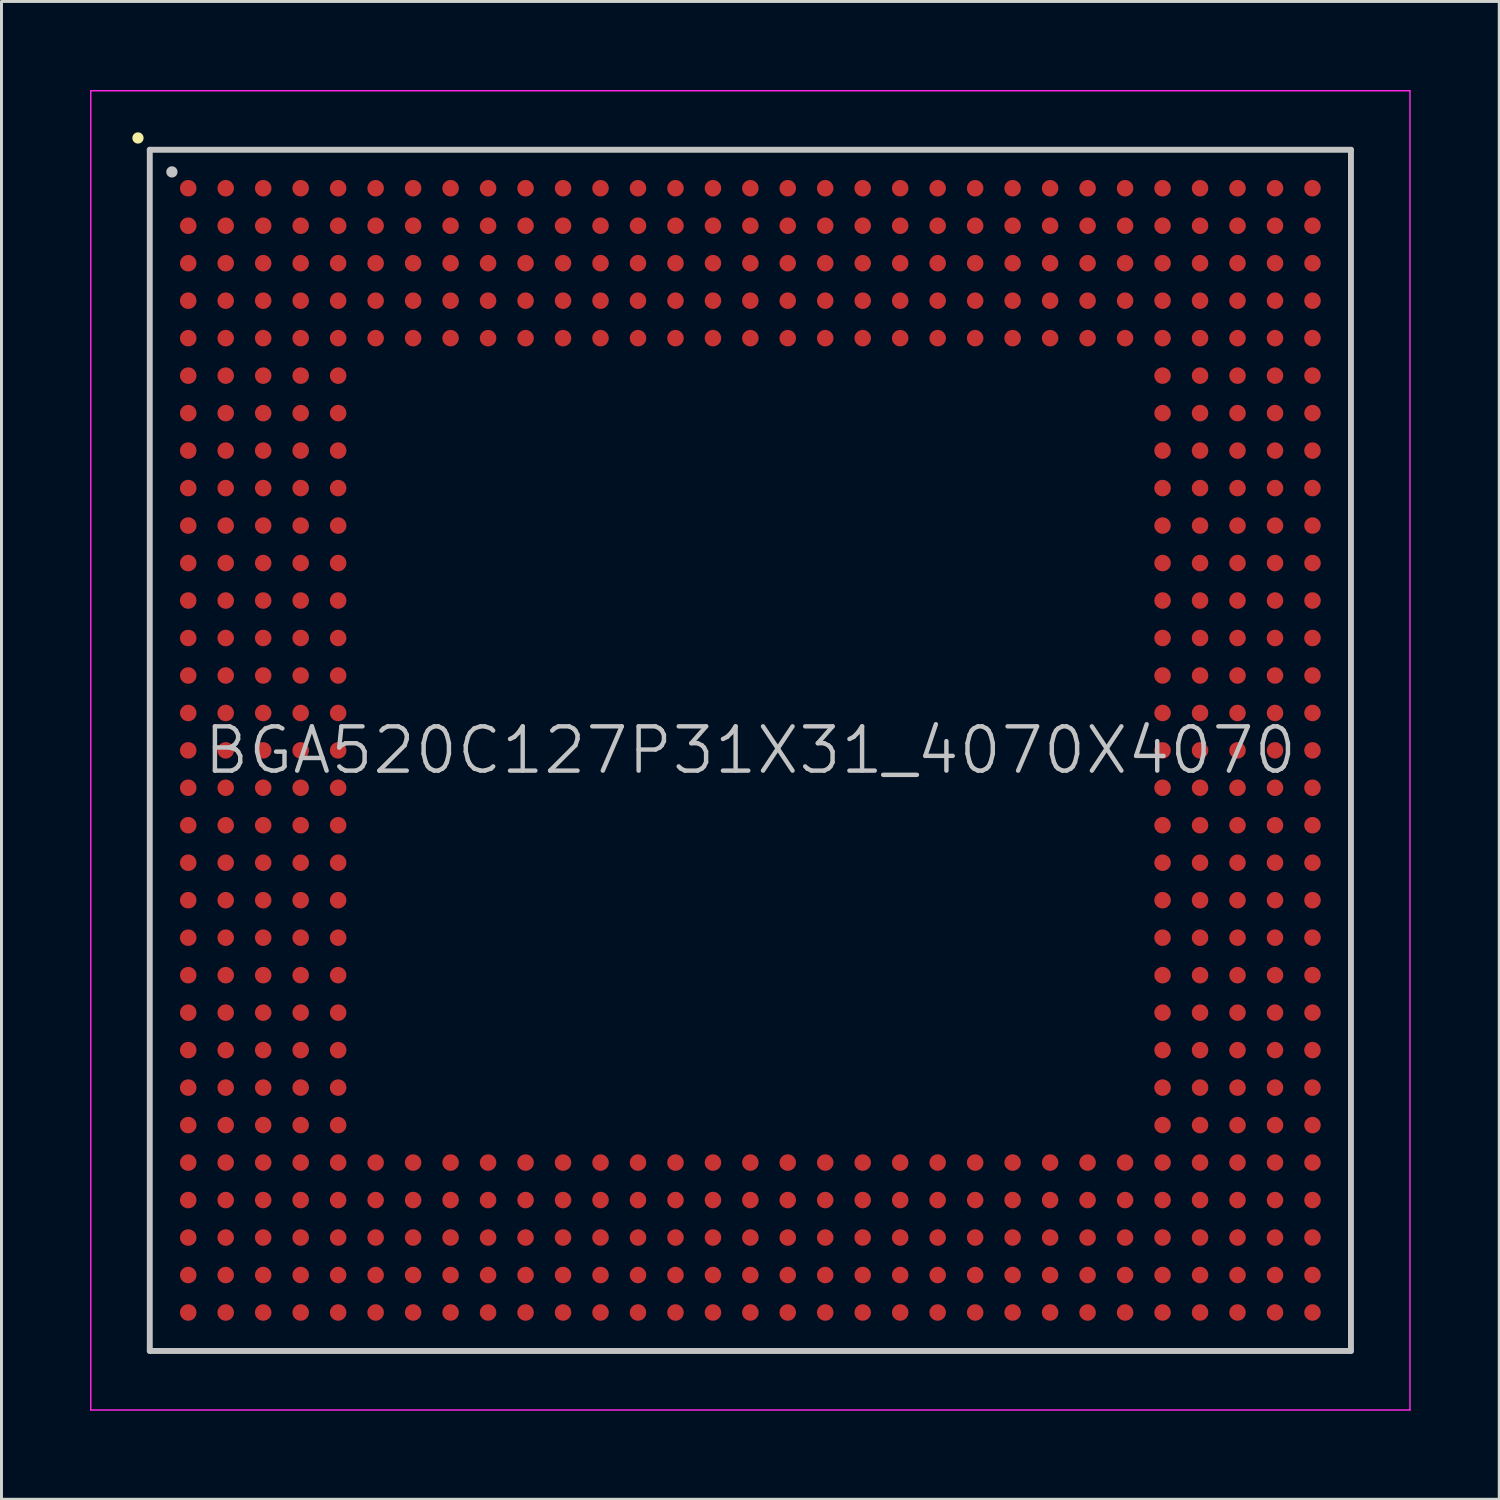
<source format=kicad_pcb>
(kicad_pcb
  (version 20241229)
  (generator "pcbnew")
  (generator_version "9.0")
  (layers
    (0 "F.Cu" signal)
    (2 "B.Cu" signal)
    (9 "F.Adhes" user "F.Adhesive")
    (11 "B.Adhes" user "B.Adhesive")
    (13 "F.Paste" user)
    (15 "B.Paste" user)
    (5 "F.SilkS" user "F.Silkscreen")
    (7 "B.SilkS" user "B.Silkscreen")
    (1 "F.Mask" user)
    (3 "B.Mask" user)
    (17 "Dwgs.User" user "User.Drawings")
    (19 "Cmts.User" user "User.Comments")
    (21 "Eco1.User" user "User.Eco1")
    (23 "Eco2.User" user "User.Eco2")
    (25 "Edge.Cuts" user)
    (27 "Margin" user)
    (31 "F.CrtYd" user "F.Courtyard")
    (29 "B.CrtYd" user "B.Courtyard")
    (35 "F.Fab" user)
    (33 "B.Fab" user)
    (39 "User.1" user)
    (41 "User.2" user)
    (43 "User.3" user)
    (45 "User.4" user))
  (footprint "BGA520C127P31X31_4070X4070"
    (layer "F.Cu")
    (at 22.375 22.375)
    (property "Reference" "BGA520C127P31X31_4070X4070" (at 0 0 0) (layer "Dwgs.User") (effects (font (size 1.5 1.5) (thickness 0.15))))
    (attr smd)
    (fp_line (start -20.75 -20.75) (end -20.75 -20.75) (stroke (width 0.381) (type solid)) (layer "F.SilkS"))
    (fp_line (start -20.35 -20.35) (end -20.35 20.35) (stroke (width 0.2) (type solid)) (layer "Dwgs.User"))
    (fp_line (start -20.35 -20.35) (end 20.35 -20.35) (stroke (width 0.2) (type solid)) (layer "Dwgs.User"))
    (fp_line (start -20.35 20.35) (end 20.35 20.35) (stroke (width 0.2) (type solid)) (layer "Dwgs.User"))
    (fp_line (start -19.6 -19.6) (end -19.6 -19.6) (stroke (width 0.381) (type solid)) (layer "Dwgs.User"))
    (fp_line (start 20.35 -20.35) (end 20.35 20.35) (stroke (width 0.2) (type solid)) (layer "Dwgs.User"))
    (fp_line (start -22.35 -22.35) (end -22.35 22.35) (stroke (width 0.05) (type solid)) (layer "F.CrtYd"))
    (fp_line (start -22.35 -22.35) (end 22.35 -22.35) (stroke (width 0.05) (type solid)) (layer "F.CrtYd"))
    (fp_line (start -22.35 22.35) (end 22.35 22.35) (stroke (width 0.05) (type solid)) (layer "F.CrtYd"))
    (fp_line (start 22.35 -22.35) (end 22.35 22.35) (stroke (width 0.05) (type solid)) (layer "F.CrtYd"))
    (pad "A1" smd circle (at -19.047 -19.047 270) (size 0.56 0.56) (layers "F.Cu" "F.Mask" "F.Paste"))
    (pad "A2" smd circle (at -17.777 -19.047 270) (size 0.56 0.56) (layers "F.Cu" "F.Mask" "F.Paste"))
    (pad "A3" smd circle (at -16.507 -19.047 270) (size 0.56 0.56) (layers "F.Cu" "F.Mask" "F.Paste"))
    (pad "A4" smd circle (at -15.237 -19.047 270) (size 0.56 0.56) (layers "F.Cu" "F.Mask" "F.Paste"))
    (pad "A5" smd circle (at -13.967 -19.047 270) (size 0.56 0.56) (layers "F.Cu" "F.Mask" "F.Paste"))
    (pad "A6" smd circle (at -12.697 -19.047 270) (size 0.56 0.56) (layers "F.Cu" "F.Mask" "F.Paste"))
    (pad "A7" smd circle (at -11.427 -19.047 270) (size 0.56 0.56) (layers "F.Cu" "F.Mask" "F.Paste"))
    (pad "A8" smd circle (at -10.157 -19.047 270) (size 0.56 0.56) (layers "F.Cu" "F.Mask" "F.Paste"))
    (pad "A9" smd circle (at -8.887 -19.047 270) (size 0.56 0.56) (layers "F.Cu" "F.Mask" "F.Paste"))
    (pad "A10" smd circle (at -7.617 -19.047 270) (size 0.56 0.56) (layers "F.Cu" "F.Mask" "F.Paste"))
    (pad "A11" smd circle (at -6.347 -19.047 270) (size 0.56 0.56) (layers "F.Cu" "F.Mask" "F.Paste"))
    (pad "A12" smd circle (at -5.077 -19.047 270) (size 0.56 0.56) (layers "F.Cu" "F.Mask" "F.Paste"))
    (pad "A13" smd circle (at -3.807 -19.047 270) (size 0.56 0.56) (layers "F.Cu" "F.Mask" "F.Paste"))
    (pad "A14" smd circle (at -2.537 -19.047 270) (size 0.56 0.56) (layers "F.Cu" "F.Mask" "F.Paste"))
    (pad "A15" smd circle (at -1.267 -19.047 270) (size 0.56 0.56) (layers "F.Cu" "F.Mask" "F.Paste"))
    (pad "A16" smd circle (at 0 -19.047 270) (size 0.56 0.56) (layers "F.Cu" "F.Mask" "F.Paste"))
    (pad "A17" smd circle (at 1.267 -19.047 270) (size 0.56 0.56) (layers "F.Cu" "F.Mask" "F.Paste"))
    (pad "A18" smd circle (at 2.537 -19.047 270) (size 0.56 0.56) (layers "F.Cu" "F.Mask" "F.Paste"))
    (pad "A19" smd circle (at 3.807 -19.047 270) (size 0.56 0.56) (layers "F.Cu" "F.Mask" "F.Paste"))
    (pad "A20" smd circle (at 5.077 -19.047 270) (size 0.56 0.56) (layers "F.Cu" "F.Mask" "F.Paste"))
    (pad "A21" smd circle (at 6.347 -19.047 270) (size 0.56 0.56) (layers "F.Cu" "F.Mask" "F.Paste"))
    (pad "A22" smd circle (at 7.617 -19.047 270) (size 0.56 0.56) (layers "F.Cu" "F.Mask" "F.Paste"))
    (pad "A23" smd circle (at 8.887 -19.047 270) (size 0.56 0.56) (layers "F.Cu" "F.Mask" "F.Paste"))
    (pad "A24" smd circle (at 10.157 -19.047 270) (size 0.56 0.56) (layers "F.Cu" "F.Mask" "F.Paste"))
    (pad "A25" smd circle (at 11.427 -19.047 270) (size 0.56 0.56) (layers "F.Cu" "F.Mask" "F.Paste"))
    (pad "A26" smd circle (at 12.697 -19.047 270) (size 0.56 0.56) (layers "F.Cu" "F.Mask" "F.Paste"))
    (pad "A27" smd circle (at 13.967 -19.047 270) (size 0.56 0.56) (layers "F.Cu" "F.Mask" "F.Paste"))
    (pad "A28" smd circle (at 15.237 -19.047 270) (size 0.56 0.56) (layers "F.Cu" "F.Mask" "F.Paste"))
    (pad "A29" smd circle (at 16.507 -19.047 270) (size 0.56 0.56) (layers "F.Cu" "F.Mask" "F.Paste"))
    (pad "A30" smd circle (at 17.777 -19.047 270) (size 0.56 0.56) (layers "F.Cu" "F.Mask" "F.Paste"))
    (pad "A31" smd circle (at 19.047 -19.047 270) (size 0.56 0.56) (layers "F.Cu" "F.Mask" "F.Paste"))
    (pad "AA1" smd circle (at -19.047 6.347 270) (size 0.56 0.56) (layers "F.Cu" "F.Mask" "F.Paste"))
    (pad "AA2" smd circle (at -17.777 6.347 270) (size 0.56 0.56) (layers "F.Cu" "F.Mask" "F.Paste"))
    (pad "AA3" smd circle (at -16.507 6.347 270) (size 0.56 0.56) (layers "F.Cu" "F.Mask" "F.Paste"))
    (pad "AA4" smd circle (at -15.237 6.347 270) (size 0.56 0.56) (layers "F.Cu" "F.Mask" "F.Paste"))
    (pad "AA5" smd circle (at -13.967 6.347 270) (size 0.56 0.56) (layers "F.Cu" "F.Mask" "F.Paste"))
    (pad "AA27" smd circle (at 13.967 6.347 270) (size 0.56 0.56) (layers "F.Cu" "F.Mask" "F.Paste"))
    (pad "AA28" smd circle (at 15.237 6.347 270) (size 0.56 0.56) (layers "F.Cu" "F.Mask" "F.Paste"))
    (pad "AA29" smd circle (at 16.507 6.347 270) (size 0.56 0.56) (layers "F.Cu" "F.Mask" "F.Paste"))
    (pad "AA30" smd circle (at 17.777 6.347 270) (size 0.56 0.56) (layers "F.Cu" "F.Mask" "F.Paste"))
    (pad "AA31" smd circle (at 19.047 6.347 270) (size 0.56 0.56) (layers "F.Cu" "F.Mask" "F.Paste"))
    (pad "AB1" smd circle (at -19.047 7.617 270) (size 0.56 0.56) (layers "F.Cu" "F.Mask" "F.Paste"))
    (pad "AB2" smd circle (at -17.777 7.617 270) (size 0.56 0.56) (layers "F.Cu" "F.Mask" "F.Paste"))
    (pad "AB3" smd circle (at -16.507 7.617 270) (size 0.56 0.56) (layers "F.Cu" "F.Mask" "F.Paste"))
    (pad "AB4" smd circle (at -15.237 7.617 270) (size 0.56 0.56) (layers "F.Cu" "F.Mask" "F.Paste"))
    (pad "AB5" smd circle (at -13.967 7.617 270) (size 0.56 0.56) (layers "F.Cu" "F.Mask" "F.Paste"))
    (pad "AB27" smd circle (at 13.967 7.617 270) (size 0.56 0.56) (layers "F.Cu" "F.Mask" "F.Paste"))
    (pad "AB28" smd circle (at 15.237 7.617 270) (size 0.56 0.56) (layers "F.Cu" "F.Mask" "F.Paste"))
    (pad "AB29" smd circle (at 16.507 7.617 270) (size 0.56 0.56) (layers "F.Cu" "F.Mask" "F.Paste"))
    (pad "AB30" smd circle (at 17.777 7.617 270) (size 0.56 0.56) (layers "F.Cu" "F.Mask" "F.Paste"))
    (pad "AB31" smd circle (at 19.047 7.617 270) (size 0.56 0.56) (layers "F.Cu" "F.Mask" "F.Paste"))
    (pad "AC1" smd circle (at -19.047 8.887 270) (size 0.56 0.56) (layers "F.Cu" "F.Mask" "F.Paste"))
    (pad "AC2" smd circle (at -17.777 8.887 270) (size 0.56 0.56) (layers "F.Cu" "F.Mask" "F.Paste"))
    (pad "AC3" smd circle (at -16.507 8.887 270) (size 0.56 0.56) (layers "F.Cu" "F.Mask" "F.Paste"))
    (pad "AC4" smd circle (at -15.237 8.887 270) (size 0.56 0.56) (layers "F.Cu" "F.Mask" "F.Paste"))
    (pad "AC5" smd circle (at -13.967 8.887 270) (size 0.56 0.56) (layers "F.Cu" "F.Mask" "F.Paste"))
    (pad "AC27" smd circle (at 13.967 8.887 270) (size 0.56 0.56) (layers "F.Cu" "F.Mask" "F.Paste"))
    (pad "AC28" smd circle (at 15.237 8.887 270) (size 0.56 0.56) (layers "F.Cu" "F.Mask" "F.Paste"))
    (pad "AC29" smd circle (at 16.507 8.887 270) (size 0.56 0.56) (layers "F.Cu" "F.Mask" "F.Paste"))
    (pad "AC30" smd circle (at 17.777 8.887 270) (size 0.56 0.56) (layers "F.Cu" "F.Mask" "F.Paste"))
    (pad "AC31" smd circle (at 19.047 8.887 270) (size 0.56 0.56) (layers "F.Cu" "F.Mask" "F.Paste"))
    (pad "AD1" smd circle (at -19.047 10.157 270) (size 0.56 0.56) (layers "F.Cu" "F.Mask" "F.Paste"))
    (pad "AD2" smd circle (at -17.777 10.157 270) (size 0.56 0.56) (layers "F.Cu" "F.Mask" "F.Paste"))
    (pad "AD3" smd circle (at -16.507 10.157 270) (size 0.56 0.56) (layers "F.Cu" "F.Mask" "F.Paste"))
    (pad "AD4" smd circle (at -15.237 10.157 270) (size 0.56 0.56) (layers "F.Cu" "F.Mask" "F.Paste"))
    (pad "AD5" smd circle (at -13.967 10.157 270) (size 0.56 0.56) (layers "F.Cu" "F.Mask" "F.Paste"))
    (pad "AD27" smd circle (at 13.967 10.157 270) (size 0.56 0.56) (layers "F.Cu" "F.Mask" "F.Paste"))
    (pad "AD28" smd circle (at 15.237 10.157 270) (size 0.56 0.56) (layers "F.Cu" "F.Mask" "F.Paste"))
    (pad "AD29" smd circle (at 16.507 10.157 270) (size 0.56 0.56) (layers "F.Cu" "F.Mask" "F.Paste"))
    (pad "AD30" smd circle (at 17.777 10.157 270) (size 0.56 0.56) (layers "F.Cu" "F.Mask" "F.Paste"))
    (pad "AD31" smd circle (at 19.047 10.157 270) (size 0.56 0.56) (layers "F.Cu" "F.Mask" "F.Paste"))
    (pad "AE1" smd circle (at -19.047 11.427 270) (size 0.56 0.56) (layers "F.Cu" "F.Mask" "F.Paste"))
    (pad "AE2" smd circle (at -17.777 11.427 270) (size 0.56 0.56) (layers "F.Cu" "F.Mask" "F.Paste"))
    (pad "AE3" smd circle (at -16.507 11.427 270) (size 0.56 0.56) (layers "F.Cu" "F.Mask" "F.Paste"))
    (pad "AE4" smd circle (at -15.237 11.427 270) (size 0.56 0.56) (layers "F.Cu" "F.Mask" "F.Paste"))
    (pad "AE5" smd circle (at -13.967 11.427 270) (size 0.56 0.56) (layers "F.Cu" "F.Mask" "F.Paste"))
    (pad "AE27" smd circle (at 13.967 11.427 270) (size 0.56 0.56) (layers "F.Cu" "F.Mask" "F.Paste"))
    (pad "AE28" smd circle (at 15.237 11.427 270) (size 0.56 0.56) (layers "F.Cu" "F.Mask" "F.Paste"))
    (pad "AE29" smd circle (at 16.507 11.427 270) (size 0.56 0.56) (layers "F.Cu" "F.Mask" "F.Paste"))
    (pad "AE30" smd circle (at 17.777 11.427 270) (size 0.56 0.56) (layers "F.Cu" "F.Mask" "F.Paste"))
    (pad "AE31" smd circle (at 19.047 11.427 270) (size 0.56 0.56) (layers "F.Cu" "F.Mask" "F.Paste"))
    (pad "AF1" smd circle (at -19.047 12.697 270) (size 0.56 0.56) (layers "F.Cu" "F.Mask" "F.Paste"))
    (pad "AF2" smd circle (at -17.777 12.697 270) (size 0.56 0.56) (layers "F.Cu" "F.Mask" "F.Paste"))
    (pad "AF3" smd circle (at -16.507 12.697 270) (size 0.56 0.56) (layers "F.Cu" "F.Mask" "F.Paste"))
    (pad "AF4" smd circle (at -15.237 12.697 270) (size 0.56 0.56) (layers "F.Cu" "F.Mask" "F.Paste"))
    (pad "AF5" smd circle (at -13.967 12.697 270) (size 0.56 0.56) (layers "F.Cu" "F.Mask" "F.Paste"))
    (pad "AF27" smd circle (at 13.967 12.697 270) (size 0.56 0.56) (layers "F.Cu" "F.Mask" "F.Paste"))
    (pad "AF28" smd circle (at 15.237 12.697 270) (size 0.56 0.56) (layers "F.Cu" "F.Mask" "F.Paste"))
    (pad "AF29" smd circle (at 16.507 12.697 270) (size 0.56 0.56) (layers "F.Cu" "F.Mask" "F.Paste"))
    (pad "AF30" smd circle (at 17.777 12.697 270) (size 0.56 0.56) (layers "F.Cu" "F.Mask" "F.Paste"))
    (pad "AF31" smd circle (at 19.047 12.697 270) (size 0.56 0.56) (layers "F.Cu" "F.Mask" "F.Paste"))
    (pad "AG1" smd circle (at -19.047 13.967 270) (size 0.56 0.56) (layers "F.Cu" "F.Mask" "F.Paste"))
    (pad "AG2" smd circle (at -17.777 13.967 270) (size 0.56 0.56) (layers "F.Cu" "F.Mask" "F.Paste"))
    (pad "AG3" smd circle (at -16.507 13.967 270) (size 0.56 0.56) (layers "F.Cu" "F.Mask" "F.Paste"))
    (pad "AG4" smd circle (at -15.237 13.967 270) (size 0.56 0.56) (layers "F.Cu" "F.Mask" "F.Paste"))
    (pad "AG5" smd circle (at -13.967 13.967 270) (size 0.56 0.56) (layers "F.Cu" "F.Mask" "F.Paste"))
    (pad "AG6" smd circle (at -12.697 13.967 270) (size 0.56 0.56) (layers "F.Cu" "F.Mask" "F.Paste"))
    (pad "AG7" smd circle (at -11.427 13.967 270) (size 0.56 0.56) (layers "F.Cu" "F.Mask" "F.Paste"))
    (pad "AG8" smd circle (at -10.157 13.967 270) (size 0.56 0.56) (layers "F.Cu" "F.Mask" "F.Paste"))
    (pad "AG9" smd circle (at -8.887 13.967 270) (size 0.56 0.56) (layers "F.Cu" "F.Mask" "F.Paste"))
    (pad "AG10" smd circle (at -7.617 13.967 270) (size 0.56 0.56) (layers "F.Cu" "F.Mask" "F.Paste"))
    (pad "AG11" smd circle (at -6.347 13.967 270) (size 0.56 0.56) (layers "F.Cu" "F.Mask" "F.Paste"))
    (pad "AG12" smd circle (at -5.077 13.967 270) (size 0.56 0.56) (layers "F.Cu" "F.Mask" "F.Paste"))
    (pad "AG13" smd circle (at -3.807 13.967 270) (size 0.56 0.56) (layers "F.Cu" "F.Mask" "F.Paste"))
    (pad "AG14" smd circle (at -2.537 13.967 270) (size 0.56 0.56) (layers "F.Cu" "F.Mask" "F.Paste"))
    (pad "AG15" smd circle (at -1.267 13.967 270) (size 0.56 0.56) (layers "F.Cu" "F.Mask" "F.Paste"))
    (pad "AG16" smd circle (at 0 13.967 270) (size 0.56 0.56) (layers "F.Cu" "F.Mask" "F.Paste"))
    (pad "AG17" smd circle (at 1.267 13.967 270) (size 0.56 0.56) (layers "F.Cu" "F.Mask" "F.Paste"))
    (pad "AG18" smd circle (at 2.537 13.967 270) (size 0.56 0.56) (layers "F.Cu" "F.Mask" "F.Paste"))
    (pad "AG19" smd circle (at 3.807 13.967 270) (size 0.56 0.56) (layers "F.Cu" "F.Mask" "F.Paste"))
    (pad "AG20" smd circle (at 5.077 13.967 270) (size 0.56 0.56) (layers "F.Cu" "F.Mask" "F.Paste"))
    (pad "AG21" smd circle (at 6.347 13.967 270) (size 0.56 0.56) (layers "F.Cu" "F.Mask" "F.Paste"))
    (pad "AG22" smd circle (at 7.617 13.967 270) (size 0.56 0.56) (layers "F.Cu" "F.Mask" "F.Paste"))
    (pad "AG23" smd circle (at 8.887 13.967 270) (size 0.56 0.56) (layers "F.Cu" "F.Mask" "F.Paste"))
    (pad "AG24" smd circle (at 10.157 13.967 270) (size 0.56 0.56) (layers "F.Cu" "F.Mask" "F.Paste"))
    (pad "AG25" smd circle (at 11.427 13.967 270) (size 0.56 0.56) (layers "F.Cu" "F.Mask" "F.Paste"))
    (pad "AG26" smd circle (at 12.697 13.967 270) (size 0.56 0.56) (layers "F.Cu" "F.Mask" "F.Paste"))
    (pad "AG27" smd circle (at 13.967 13.967 270) (size 0.56 0.56) (layers "F.Cu" "F.Mask" "F.Paste"))
    (pad "AG28" smd circle (at 15.237 13.967 270) (size 0.56 0.56) (layers "F.Cu" "F.Mask" "F.Paste"))
    (pad "AG29" smd circle (at 16.507 13.967 270) (size 0.56 0.56) (layers "F.Cu" "F.Mask" "F.Paste"))
    (pad "AG30" smd circle (at 17.777 13.967 270) (size 0.56 0.56) (layers "F.Cu" "F.Mask" "F.Paste"))
    (pad "AG31" smd circle (at 19.047 13.967 270) (size 0.56 0.56) (layers "F.Cu" "F.Mask" "F.Paste"))
    (pad "AH1" smd circle (at -19.047 15.237 270) (size 0.56 0.56) (layers "F.Cu" "F.Mask" "F.Paste"))
    (pad "AH2" smd circle (at -17.777 15.237 270) (size 0.56 0.56) (layers "F.Cu" "F.Mask" "F.Paste"))
    (pad "AH3" smd circle (at -16.507 15.237 270) (size 0.56 0.56) (layers "F.Cu" "F.Mask" "F.Paste"))
    (pad "AH4" smd circle (at -15.237 15.237 270) (size 0.56 0.56) (layers "F.Cu" "F.Mask" "F.Paste"))
    (pad "AH5" smd circle (at -13.967 15.237 270) (size 0.56 0.56) (layers "F.Cu" "F.Mask" "F.Paste"))
    (pad "AH6" smd circle (at -12.697 15.237 270) (size 0.56 0.56) (layers "F.Cu" "F.Mask" "F.Paste"))
    (pad "AH7" smd circle (at -11.427 15.237 270) (size 0.56 0.56) (layers "F.Cu" "F.Mask" "F.Paste"))
    (pad "AH8" smd circle (at -10.157 15.237 270) (size 0.56 0.56) (layers "F.Cu" "F.Mask" "F.Paste"))
    (pad "AH9" smd circle (at -8.887 15.237 270) (size 0.56 0.56) (layers "F.Cu" "F.Mask" "F.Paste"))
    (pad "AH10" smd circle (at -7.617 15.237 270) (size 0.56 0.56) (layers "F.Cu" "F.Mask" "F.Paste"))
    (pad "AH11" smd circle (at -6.347 15.237 270) (size 0.56 0.56) (layers "F.Cu" "F.Mask" "F.Paste"))
    (pad "AH12" smd circle (at -5.077 15.237 270) (size 0.56 0.56) (layers "F.Cu" "F.Mask" "F.Paste"))
    (pad "AH13" smd circle (at -3.807 15.237 270) (size 0.56 0.56) (layers "F.Cu" "F.Mask" "F.Paste"))
    (pad "AH14" smd circle (at -2.537 15.237 270) (size 0.56 0.56) (layers "F.Cu" "F.Mask" "F.Paste"))
    (pad "AH15" smd circle (at -1.267 15.237 270) (size 0.56 0.56) (layers "F.Cu" "F.Mask" "F.Paste"))
    (pad "AH16" smd circle (at 0 15.237 270) (size 0.56 0.56) (layers "F.Cu" "F.Mask" "F.Paste"))
    (pad "AH17" smd circle (at 1.267 15.237 270) (size 0.56 0.56) (layers "F.Cu" "F.Mask" "F.Paste"))
    (pad "AH18" smd circle (at 2.537 15.237 270) (size 0.56 0.56) (layers "F.Cu" "F.Mask" "F.Paste"))
    (pad "AH19" smd circle (at 3.807 15.237 270) (size 0.56 0.56) (layers "F.Cu" "F.Mask" "F.Paste"))
    (pad "AH20" smd circle (at 5.077 15.237 270) (size 0.56 0.56) (layers "F.Cu" "F.Mask" "F.Paste"))
    (pad "AH21" smd circle (at 6.347 15.237 270) (size 0.56 0.56) (layers "F.Cu" "F.Mask" "F.Paste"))
    (pad "AH22" smd circle (at 7.617 15.237 270) (size 0.56 0.56) (layers "F.Cu" "F.Mask" "F.Paste"))
    (pad "AH23" smd circle (at 8.887 15.237 270) (size 0.56 0.56) (layers "F.Cu" "F.Mask" "F.Paste"))
    (pad "AH24" smd circle (at 10.157 15.237 270) (size 0.56 0.56) (layers "F.Cu" "F.Mask" "F.Paste"))
    (pad "AH25" smd circle (at 11.427 15.237 270) (size 0.56 0.56) (layers "F.Cu" "F.Mask" "F.Paste"))
    (pad "AH26" smd circle (at 12.697 15.237 270) (size 0.56 0.56) (layers "F.Cu" "F.Mask" "F.Paste"))
    (pad "AH27" smd circle (at 13.967 15.237 270) (size 0.56 0.56) (layers "F.Cu" "F.Mask" "F.Paste"))
    (pad "AH28" smd circle (at 15.237 15.237 270) (size 0.56 0.56) (layers "F.Cu" "F.Mask" "F.Paste"))
    (pad "AH29" smd circle (at 16.507 15.237 270) (size 0.56 0.56) (layers "F.Cu" "F.Mask" "F.Paste"))
    (pad "AH30" smd circle (at 17.777 15.237 270) (size 0.56 0.56) (layers "F.Cu" "F.Mask" "F.Paste"))
    (pad "AH31" smd circle (at 19.047 15.237 270) (size 0.56 0.56) (layers "F.Cu" "F.Mask" "F.Paste"))
    (pad "AJ1" smd circle (at -19.047 16.507 270) (size 0.56 0.56) (layers "F.Cu" "F.Mask" "F.Paste"))
    (pad "AJ2" smd circle (at -17.777 16.507 270) (size 0.56 0.56) (layers "F.Cu" "F.Mask" "F.Paste"))
    (pad "AJ3" smd circle (at -16.507 16.507 270) (size 0.56 0.56) (layers "F.Cu" "F.Mask" "F.Paste"))
    (pad "AJ4" smd circle (at -15.237 16.507 270) (size 0.56 0.56) (layers "F.Cu" "F.Mask" "F.Paste"))
    (pad "AJ5" smd circle (at -13.967 16.507 270) (size 0.56 0.56) (layers "F.Cu" "F.Mask" "F.Paste"))
    (pad "AJ6" smd circle (at -12.697 16.507 270) (size 0.56 0.56) (layers "F.Cu" "F.Mask" "F.Paste"))
    (pad "AJ7" smd circle (at -11.427 16.507 270) (size 0.56 0.56) (layers "F.Cu" "F.Mask" "F.Paste"))
    (pad "AJ8" smd circle (at -10.157 16.507 270) (size 0.56 0.56) (layers "F.Cu" "F.Mask" "F.Paste"))
    (pad "AJ9" smd circle (at -8.887 16.507 270) (size 0.56 0.56) (layers "F.Cu" "F.Mask" "F.Paste"))
    (pad "AJ10" smd circle (at -7.617 16.507 270) (size 0.56 0.56) (layers "F.Cu" "F.Mask" "F.Paste"))
    (pad "AJ11" smd circle (at -6.347 16.507 270) (size 0.56 0.56) (layers "F.Cu" "F.Mask" "F.Paste"))
    (pad "AJ12" smd circle (at -5.077 16.507 270) (size 0.56 0.56) (layers "F.Cu" "F.Mask" "F.Paste"))
    (pad "AJ13" smd circle (at -3.807 16.507 270) (size 0.56 0.56) (layers "F.Cu" "F.Mask" "F.Paste"))
    (pad "AJ14" smd circle (at -2.537 16.507 270) (size 0.56 0.56) (layers "F.Cu" "F.Mask" "F.Paste"))
    (pad "AJ15" smd circle (at -1.267 16.507 270) (size 0.56 0.56) (layers "F.Cu" "F.Mask" "F.Paste"))
    (pad "AJ16" smd circle (at 0 16.507 270) (size 0.56 0.56) (layers "F.Cu" "F.Mask" "F.Paste"))
    (pad "AJ17" smd circle (at 1.267 16.507 270) (size 0.56 0.56) (layers "F.Cu" "F.Mask" "F.Paste"))
    (pad "AJ18" smd circle (at 2.537 16.507 270) (size 0.56 0.56) (layers "F.Cu" "F.Mask" "F.Paste"))
    (pad "AJ19" smd circle (at 3.807 16.507 270) (size 0.56 0.56) (layers "F.Cu" "F.Mask" "F.Paste"))
    (pad "AJ20" smd circle (at 5.077 16.507 270) (size 0.56 0.56) (layers "F.Cu" "F.Mask" "F.Paste"))
    (pad "AJ21" smd circle (at 6.347 16.507 270) (size 0.56 0.56) (layers "F.Cu" "F.Mask" "F.Paste"))
    (pad "AJ22" smd circle (at 7.617 16.507 270) (size 0.56 0.56) (layers "F.Cu" "F.Mask" "F.Paste"))
    (pad "AJ23" smd circle (at 8.887 16.507 270) (size 0.56 0.56) (layers "F.Cu" "F.Mask" "F.Paste"))
    (pad "AJ24" smd circle (at 10.157 16.507 270) (size 0.56 0.56) (layers "F.Cu" "F.Mask" "F.Paste"))
    (pad "AJ25" smd circle (at 11.427 16.507 270) (size 0.56 0.56) (layers "F.Cu" "F.Mask" "F.Paste"))
    (pad "AJ26" smd circle (at 12.697 16.507 270) (size 0.56 0.56) (layers "F.Cu" "F.Mask" "F.Paste"))
    (pad "AJ27" smd circle (at 13.967 16.507 270) (size 0.56 0.56) (layers "F.Cu" "F.Mask" "F.Paste"))
    (pad "AJ28" smd circle (at 15.237 16.507 270) (size 0.56 0.56) (layers "F.Cu" "F.Mask" "F.Paste"))
    (pad "AJ29" smd circle (at 16.507 16.507 270) (size 0.56 0.56) (layers "F.Cu" "F.Mask" "F.Paste"))
    (pad "AJ30" smd circle (at 17.777 16.507 270) (size 0.56 0.56) (layers "F.Cu" "F.Mask" "F.Paste"))
    (pad "AJ31" smd circle (at 19.047 16.507 270) (size 0.56 0.56) (layers "F.Cu" "F.Mask" "F.Paste"))
    (pad "AK1" smd circle (at -19.047 17.777 270) (size 0.56 0.56) (layers "F.Cu" "F.Mask" "F.Paste"))
    (pad "AK2" smd circle (at -17.777 17.777 270) (size 0.56 0.56) (layers "F.Cu" "F.Mask" "F.Paste"))
    (pad "AK3" smd circle (at -16.507 17.777 270) (size 0.56 0.56) (layers "F.Cu" "F.Mask" "F.Paste"))
    (pad "AK4" smd circle (at -15.237 17.777 270) (size 0.56 0.56) (layers "F.Cu" "F.Mask" "F.Paste"))
    (pad "AK5" smd circle (at -13.967 17.777 270) (size 0.56 0.56) (layers "F.Cu" "F.Mask" "F.Paste"))
    (pad "AK6" smd circle (at -12.697 17.777 270) (size 0.56 0.56) (layers "F.Cu" "F.Mask" "F.Paste"))
    (pad "AK7" smd circle (at -11.427 17.777 270) (size 0.56 0.56) (layers "F.Cu" "F.Mask" "F.Paste"))
    (pad "AK8" smd circle (at -10.157 17.777 270) (size 0.56 0.56) (layers "F.Cu" "F.Mask" "F.Paste"))
    (pad "AK9" smd circle (at -8.887 17.777 270) (size 0.56 0.56) (layers "F.Cu" "F.Mask" "F.Paste"))
    (pad "AK10" smd circle (at -7.617 17.777 270) (size 0.56 0.56) (layers "F.Cu" "F.Mask" "F.Paste"))
    (pad "AK11" smd circle (at -6.347 17.777 270) (size 0.56 0.56) (layers "F.Cu" "F.Mask" "F.Paste"))
    (pad "AK12" smd circle (at -5.077 17.777 270) (size 0.56 0.56) (layers "F.Cu" "F.Mask" "F.Paste"))
    (pad "AK13" smd circle (at -3.807 17.777 270) (size 0.56 0.56) (layers "F.Cu" "F.Mask" "F.Paste"))
    (pad "AK14" smd circle (at -2.537 17.777 270) (size 0.56 0.56) (layers "F.Cu" "F.Mask" "F.Paste"))
    (pad "AK15" smd circle (at -1.267 17.777 270) (size 0.56 0.56) (layers "F.Cu" "F.Mask" "F.Paste"))
    (pad "AK16" smd circle (at 0 17.777 270) (size 0.56 0.56) (layers "F.Cu" "F.Mask" "F.Paste"))
    (pad "AK17" smd circle (at 1.267 17.777 270) (size 0.56 0.56) (layers "F.Cu" "F.Mask" "F.Paste"))
    (pad "AK18" smd circle (at 2.537 17.777 270) (size 0.56 0.56) (layers "F.Cu" "F.Mask" "F.Paste"))
    (pad "AK19" smd circle (at 3.807 17.777 270) (size 0.56 0.56) (layers "F.Cu" "F.Mask" "F.Paste"))
    (pad "AK20" smd circle (at 5.077 17.777 270) (size 0.56 0.56) (layers "F.Cu" "F.Mask" "F.Paste"))
    (pad "AK21" smd circle (at 6.347 17.777 270) (size 0.56 0.56) (layers "F.Cu" "F.Mask" "F.Paste"))
    (pad "AK22" smd circle (at 7.617 17.777 270) (size 0.56 0.56) (layers "F.Cu" "F.Mask" "F.Paste"))
    (pad "AK23" smd circle (at 8.887 17.777 270) (size 0.56 0.56) (layers "F.Cu" "F.Mask" "F.Paste"))
    (pad "AK24" smd circle (at 10.157 17.777 270) (size 0.56 0.56) (layers "F.Cu" "F.Mask" "F.Paste"))
    (pad "AK25" smd circle (at 11.427 17.777 270) (size 0.56 0.56) (layers "F.Cu" "F.Mask" "F.Paste"))
    (pad "AK26" smd circle (at 12.697 17.777 270) (size 0.56 0.56) (layers "F.Cu" "F.Mask" "F.Paste"))
    (pad "AK27" smd circle (at 13.967 17.777 270) (size 0.56 0.56) (layers "F.Cu" "F.Mask" "F.Paste"))
    (pad "AK28" smd circle (at 15.237 17.777 270) (size 0.56 0.56) (layers "F.Cu" "F.Mask" "F.Paste"))
    (pad "AK29" smd circle (at 16.507 17.777 270) (size 0.56 0.56) (layers "F.Cu" "F.Mask" "F.Paste"))
    (pad "AK30" smd circle (at 17.777 17.777 270) (size 0.56 0.56) (layers "F.Cu" "F.Mask" "F.Paste"))
    (pad "AK31" smd circle (at 19.047 17.777 270) (size 0.56 0.56) (layers "F.Cu" "F.Mask" "F.Paste"))
    (pad "AL1" smd circle (at -19.047 19.047 270) (size 0.56 0.56) (layers "F.Cu" "F.Mask" "F.Paste"))
    (pad "AL2" smd circle (at -17.777 19.047 270) (size 0.56 0.56) (layers "F.Cu" "F.Mask" "F.Paste"))
    (pad "AL3" smd circle (at -16.507 19.047 270) (size 0.56 0.56) (layers "F.Cu" "F.Mask" "F.Paste"))
    (pad "AL4" smd circle (at -15.237 19.047 270) (size 0.56 0.56) (layers "F.Cu" "F.Mask" "F.Paste"))
    (pad "AL5" smd circle (at -13.967 19.047 270) (size 0.56 0.56) (layers "F.Cu" "F.Mask" "F.Paste"))
    (pad "AL6" smd circle (at -12.697 19.047 270) (size 0.56 0.56) (layers "F.Cu" "F.Mask" "F.Paste"))
    (pad "AL7" smd circle (at -11.427 19.047 270) (size 0.56 0.56) (layers "F.Cu" "F.Mask" "F.Paste"))
    (pad "AL8" smd circle (at -10.157 19.047 270) (size 0.56 0.56) (layers "F.Cu" "F.Mask" "F.Paste"))
    (pad "AL9" smd circle (at -8.887 19.047 270) (size 0.56 0.56) (layers "F.Cu" "F.Mask" "F.Paste"))
    (pad "AL10" smd circle (at -7.617 19.047 270) (size 0.56 0.56) (layers "F.Cu" "F.Mask" "F.Paste"))
    (pad "AL11" smd circle (at -6.347 19.047 270) (size 0.56 0.56) (layers "F.Cu" "F.Mask" "F.Paste"))
    (pad "AL12" smd circle (at -5.077 19.047 270) (size 0.56 0.56) (layers "F.Cu" "F.Mask" "F.Paste"))
    (pad "AL13" smd circle (at -3.807 19.047 270) (size 0.56 0.56) (layers "F.Cu" "F.Mask" "F.Paste"))
    (pad "AL14" smd circle (at -2.537 19.047 270) (size 0.56 0.56) (layers "F.Cu" "F.Mask" "F.Paste"))
    (pad "AL15" smd circle (at -1.267 19.047 270) (size 0.56 0.56) (layers "F.Cu" "F.Mask" "F.Paste"))
    (pad "AL16" smd circle (at 0 19.047 270) (size 0.56 0.56) (layers "F.Cu" "F.Mask" "F.Paste"))
    (pad "AL17" smd circle (at 1.267 19.047 270) (size 0.56 0.56) (layers "F.Cu" "F.Mask" "F.Paste"))
    (pad "AL18" smd circle (at 2.537 19.047 270) (size 0.56 0.56) (layers "F.Cu" "F.Mask" "F.Paste"))
    (pad "AL19" smd circle (at 3.807 19.047 270) (size 0.56 0.56) (layers "F.Cu" "F.Mask" "F.Paste"))
    (pad "AL20" smd circle (at 5.077 19.047 270) (size 0.56 0.56) (layers "F.Cu" "F.Mask" "F.Paste"))
    (pad "AL21" smd circle (at 6.347 19.047 270) (size 0.56 0.56) (layers "F.Cu" "F.Mask" "F.Paste"))
    (pad "AL22" smd circle (at 7.617 19.047 270) (size 0.56 0.56) (layers "F.Cu" "F.Mask" "F.Paste"))
    (pad "AL23" smd circle (at 8.887 19.047 270) (size 0.56 0.56) (layers "F.Cu" "F.Mask" "F.Paste"))
    (pad "AL24" smd circle (at 10.157 19.047 270) (size 0.56 0.56) (layers "F.Cu" "F.Mask" "F.Paste"))
    (pad "AL25" smd circle (at 11.427 19.047 270) (size 0.56 0.56) (layers "F.Cu" "F.Mask" "F.Paste"))
    (pad "AL26" smd circle (at 12.697 19.047 270) (size 0.56 0.56) (layers "F.Cu" "F.Mask" "F.Paste"))
    (pad "AL27" smd circle (at 13.967 19.047 270) (size 0.56 0.56) (layers "F.Cu" "F.Mask" "F.Paste"))
    (pad "AL28" smd circle (at 15.237 19.047 270) (size 0.56 0.56) (layers "F.Cu" "F.Mask" "F.Paste"))
    (pad "AL29" smd circle (at 16.507 19.047 270) (size 0.56 0.56) (layers "F.Cu" "F.Mask" "F.Paste"))
    (pad "AL30" smd circle (at 17.777 19.047 270) (size 0.56 0.56) (layers "F.Cu" "F.Mask" "F.Paste"))
    (pad "AL31" smd circle (at 19.047 19.047 270) (size 0.56 0.56) (layers "F.Cu" "F.Mask" "F.Paste"))
    (pad "B1" smd circle (at -19.047 -17.777 270) (size 0.56 0.56) (layers "F.Cu" "F.Mask" "F.Paste"))
    (pad "B2" smd circle (at -17.777 -17.777 270) (size 0.56 0.56) (layers "F.Cu" "F.Mask" "F.Paste"))
    (pad "B3" smd circle (at -16.507 -17.777 270) (size 0.56 0.56) (layers "F.Cu" "F.Mask" "F.Paste"))
    (pad "B4" smd circle (at -15.237 -17.777 270) (size 0.56 0.56) (layers "F.Cu" "F.Mask" "F.Paste"))
    (pad "B5" smd circle (at -13.967 -17.777 270) (size 0.56 0.56) (layers "F.Cu" "F.Mask" "F.Paste"))
    (pad "B6" smd circle (at -12.697 -17.777 270) (size 0.56 0.56) (layers "F.Cu" "F.Mask" "F.Paste"))
    (pad "B7" smd circle (at -11.427 -17.777 270) (size 0.56 0.56) (layers "F.Cu" "F.Mask" "F.Paste"))
    (pad "B8" smd circle (at -10.157 -17.777 270) (size 0.56 0.56) (layers "F.Cu" "F.Mask" "F.Paste"))
    (pad "B9" smd circle (at -8.887 -17.777 270) (size 0.56 0.56) (layers "F.Cu" "F.Mask" "F.Paste"))
    (pad "B10" smd circle (at -7.617 -17.777 270) (size 0.56 0.56) (layers "F.Cu" "F.Mask" "F.Paste"))
    (pad "B11" smd circle (at -6.347 -17.777 270) (size 0.56 0.56) (layers "F.Cu" "F.Mask" "F.Paste"))
    (pad "B12" smd circle (at -5.077 -17.777 270) (size 0.56 0.56) (layers "F.Cu" "F.Mask" "F.Paste"))
    (pad "B13" smd circle (at -3.807 -17.777 270) (size 0.56 0.56) (layers "F.Cu" "F.Mask" "F.Paste"))
    (pad "B14" smd circle (at -2.537 -17.777 270) (size 0.56 0.56) (layers "F.Cu" "F.Mask" "F.Paste"))
    (pad "B15" smd circle (at -1.267 -17.777 270) (size 0.56 0.56) (layers "F.Cu" "F.Mask" "F.Paste"))
    (pad "B16" smd circle (at 0 -17.777 270) (size 0.56 0.56) (layers "F.Cu" "F.Mask" "F.Paste"))
    (pad "B17" smd circle (at 1.267 -17.777 270) (size 0.56 0.56) (layers "F.Cu" "F.Mask" "F.Paste"))
    (pad "B18" smd circle (at 2.537 -17.777 270) (size 0.56 0.56) (layers "F.Cu" "F.Mask" "F.Paste"))
    (pad "B19" smd circle (at 3.807 -17.777 270) (size 0.56 0.56) (layers "F.Cu" "F.Mask" "F.Paste"))
    (pad "B20" smd circle (at 5.077 -17.777 270) (size 0.56 0.56) (layers "F.Cu" "F.Mask" "F.Paste"))
    (pad "B21" smd circle (at 6.347 -17.777 270) (size 0.56 0.56) (layers "F.Cu" "F.Mask" "F.Paste"))
    (pad "B22" smd circle (at 7.617 -17.777 270) (size 0.56 0.56) (layers "F.Cu" "F.Mask" "F.Paste"))
    (pad "B23" smd circle (at 8.887 -17.777 270) (size 0.56 0.56) (layers "F.Cu" "F.Mask" "F.Paste"))
    (pad "B24" smd circle (at 10.157 -17.777 270) (size 0.56 0.56) (layers "F.Cu" "F.Mask" "F.Paste"))
    (pad "B25" smd circle (at 11.427 -17.777 270) (size 0.56 0.56) (layers "F.Cu" "F.Mask" "F.Paste"))
    (pad "B26" smd circle (at 12.697 -17.777 270) (size 0.56 0.56) (layers "F.Cu" "F.Mask" "F.Paste"))
    (pad "B27" smd circle (at 13.967 -17.777 270) (size 0.56 0.56) (layers "F.Cu" "F.Mask" "F.Paste"))
    (pad "B28" smd circle (at 15.237 -17.777 270) (size 0.56 0.56) (layers "F.Cu" "F.Mask" "F.Paste"))
    (pad "B29" smd circle (at 16.507 -17.777 270) (size 0.56 0.56) (layers "F.Cu" "F.Mask" "F.Paste"))
    (pad "B30" smd circle (at 17.777 -17.777 270) (size 0.56 0.56) (layers "F.Cu" "F.Mask" "F.Paste"))
    (pad "B31" smd circle (at 19.047 -17.777 270) (size 0.56 0.56) (layers "F.Cu" "F.Mask" "F.Paste"))
    (pad "C1" smd circle (at -19.047 -16.507 270) (size 0.56 0.56) (layers "F.Cu" "F.Mask" "F.Paste"))
    (pad "C2" smd circle (at -17.777 -16.507 270) (size 0.56 0.56) (layers "F.Cu" "F.Mask" "F.Paste"))
    (pad "C3" smd circle (at -16.507 -16.507 270) (size 0.56 0.56) (layers "F.Cu" "F.Mask" "F.Paste"))
    (pad "C4" smd circle (at -15.237 -16.507 270) (size 0.56 0.56) (layers "F.Cu" "F.Mask" "F.Paste"))
    (pad "C5" smd circle (at -13.967 -16.507 270) (size 0.56 0.56) (layers "F.Cu" "F.Mask" "F.Paste"))
    (pad "C6" smd circle (at -12.697 -16.507 270) (size 0.56 0.56) (layers "F.Cu" "F.Mask" "F.Paste"))
    (pad "C7" smd circle (at -11.427 -16.507 270) (size 0.56 0.56) (layers "F.Cu" "F.Mask" "F.Paste"))
    (pad "C8" smd circle (at -10.157 -16.507 270) (size 0.56 0.56) (layers "F.Cu" "F.Mask" "F.Paste"))
    (pad "C9" smd circle (at -8.887 -16.507 270) (size 0.56 0.56) (layers "F.Cu" "F.Mask" "F.Paste"))
    (pad "C10" smd circle (at -7.617 -16.507 270) (size 0.56 0.56) (layers "F.Cu" "F.Mask" "F.Paste"))
    (pad "C11" smd circle (at -6.347 -16.507 270) (size 0.56 0.56) (layers "F.Cu" "F.Mask" "F.Paste"))
    (pad "C12" smd circle (at -5.077 -16.507 270) (size 0.56 0.56) (layers "F.Cu" "F.Mask" "F.Paste"))
    (pad "C13" smd circle (at -3.807 -16.507 270) (size 0.56 0.56) (layers "F.Cu" "F.Mask" "F.Paste"))
    (pad "C14" smd circle (at -2.537 -16.507 270) (size 0.56 0.56) (layers "F.Cu" "F.Mask" "F.Paste"))
    (pad "C15" smd circle (at -1.267 -16.507 270) (size 0.56 0.56) (layers "F.Cu" "F.Mask" "F.Paste"))
    (pad "C16" smd circle (at 0 -16.507 270) (size 0.56 0.56) (layers "F.Cu" "F.Mask" "F.Paste"))
    (pad "C17" smd circle (at 1.267 -16.507 270) (size 0.56 0.56) (layers "F.Cu" "F.Mask" "F.Paste"))
    (pad "C18" smd circle (at 2.537 -16.507 270) (size 0.56 0.56) (layers "F.Cu" "F.Mask" "F.Paste"))
    (pad "C19" smd circle (at 3.807 -16.507 270) (size 0.56 0.56) (layers "F.Cu" "F.Mask" "F.Paste"))
    (pad "C20" smd circle (at 5.077 -16.507 270) (size 0.56 0.56) (layers "F.Cu" "F.Mask" "F.Paste"))
    (pad "C21" smd circle (at 6.347 -16.507 270) (size 0.56 0.56) (layers "F.Cu" "F.Mask" "F.Paste"))
    (pad "C22" smd circle (at 7.617 -16.507 270) (size 0.56 0.56) (layers "F.Cu" "F.Mask" "F.Paste"))
    (pad "C23" smd circle (at 8.887 -16.507 270) (size 0.56 0.56) (layers "F.Cu" "F.Mask" "F.Paste"))
    (pad "C24" smd circle (at 10.157 -16.507 270) (size 0.56 0.56) (layers "F.Cu" "F.Mask" "F.Paste"))
    (pad "C25" smd circle (at 11.427 -16.507 270) (size 0.56 0.56) (layers "F.Cu" "F.Mask" "F.Paste"))
    (pad "C26" smd circle (at 12.697 -16.507 270) (size 0.56 0.56) (layers "F.Cu" "F.Mask" "F.Paste"))
    (pad "C27" smd circle (at 13.967 -16.507 270) (size 0.56 0.56) (layers "F.Cu" "F.Mask" "F.Paste"))
    (pad "C28" smd circle (at 15.237 -16.507 270) (size 0.56 0.56) (layers "F.Cu" "F.Mask" "F.Paste"))
    (pad "C29" smd circle (at 16.507 -16.507 270) (size 0.56 0.56) (layers "F.Cu" "F.Mask" "F.Paste"))
    (pad "C30" smd circle (at 17.777 -16.507 270) (size 0.56 0.56) (layers "F.Cu" "F.Mask" "F.Paste"))
    (pad "C31" smd circle (at 19.047 -16.507 270) (size 0.56 0.56) (layers "F.Cu" "F.Mask" "F.Paste"))
    (pad "D1" smd circle (at -19.047 -15.237 270) (size 0.56 0.56) (layers "F.Cu" "F.Mask" "F.Paste"))
    (pad "D2" smd circle (at -17.777 -15.237 270) (size 0.56 0.56) (layers "F.Cu" "F.Mask" "F.Paste"))
    (pad "D3" smd circle (at -16.507 -15.237 270) (size 0.56 0.56) (layers "F.Cu" "F.Mask" "F.Paste"))
    (pad "D4" smd circle (at -15.237 -15.237 270) (size 0.56 0.56) (layers "F.Cu" "F.Mask" "F.Paste"))
    (pad "D5" smd circle (at -13.967 -15.237 270) (size 0.56 0.56) (layers "F.Cu" "F.Mask" "F.Paste"))
    (pad "D6" smd circle (at -12.697 -15.237 270) (size 0.56 0.56) (layers "F.Cu" "F.Mask" "F.Paste"))
    (pad "D7" smd circle (at -11.427 -15.237 270) (size 0.56 0.56) (layers "F.Cu" "F.Mask" "F.Paste"))
    (pad "D8" smd circle (at -10.157 -15.237 270) (size 0.56 0.56) (layers "F.Cu" "F.Mask" "F.Paste"))
    (pad "D9" smd circle (at -8.887 -15.237 270) (size 0.56 0.56) (layers "F.Cu" "F.Mask" "F.Paste"))
    (pad "D10" smd circle (at -7.617 -15.237 270) (size 0.56 0.56) (layers "F.Cu" "F.Mask" "F.Paste"))
    (pad "D11" smd circle (at -6.347 -15.237 270) (size 0.56 0.56) (layers "F.Cu" "F.Mask" "F.Paste"))
    (pad "D12" smd circle (at -5.077 -15.237 270) (size 0.56 0.56) (layers "F.Cu" "F.Mask" "F.Paste"))
    (pad "D13" smd circle (at -3.807 -15.237 270) (size 0.56 0.56) (layers "F.Cu" "F.Mask" "F.Paste"))
    (pad "D14" smd circle (at -2.537 -15.237 270) (size 0.56 0.56) (layers "F.Cu" "F.Mask" "F.Paste"))
    (pad "D15" smd circle (at -1.267 -15.237 270) (size 0.56 0.56) (layers "F.Cu" "F.Mask" "F.Paste"))
    (pad "D16" smd circle (at 0 -15.237 270) (size 0.56 0.56) (layers "F.Cu" "F.Mask" "F.Paste"))
    (pad "D17" smd circle (at 1.267 -15.237 270) (size 0.56 0.56) (layers "F.Cu" "F.Mask" "F.Paste"))
    (pad "D18" smd circle (at 2.537 -15.237 270) (size 0.56 0.56) (layers "F.Cu" "F.Mask" "F.Paste"))
    (pad "D19" smd circle (at 3.807 -15.237 270) (size 0.56 0.56) (layers "F.Cu" "F.Mask" "F.Paste"))
    (pad "D20" smd circle (at 5.077 -15.237 270) (size 0.56 0.56) (layers "F.Cu" "F.Mask" "F.Paste"))
    (pad "D21" smd circle (at 6.347 -15.237 270) (size 0.56 0.56) (layers "F.Cu" "F.Mask" "F.Paste"))
    (pad "D22" smd circle (at 7.617 -15.237 270) (size 0.56 0.56) (layers "F.Cu" "F.Mask" "F.Paste"))
    (pad "D23" smd circle (at 8.887 -15.237 270) (size 0.56 0.56) (layers "F.Cu" "F.Mask" "F.Paste"))
    (pad "D24" smd circle (at 10.157 -15.237 270) (size 0.56 0.56) (layers "F.Cu" "F.Mask" "F.Paste"))
    (pad "D25" smd circle (at 11.427 -15.237 270) (size 0.56 0.56) (layers "F.Cu" "F.Mask" "F.Paste"))
    (pad "D26" smd circle (at 12.697 -15.237 270) (size 0.56 0.56) (layers "F.Cu" "F.Mask" "F.Paste"))
    (pad "D27" smd circle (at 13.967 -15.237 270) (size 0.56 0.56) (layers "F.Cu" "F.Mask" "F.Paste"))
    (pad "D28" smd circle (at 15.237 -15.237 270) (size 0.56 0.56) (layers "F.Cu" "F.Mask" "F.Paste"))
    (pad "D29" smd circle (at 16.507 -15.237 270) (size 0.56 0.56) (layers "F.Cu" "F.Mask" "F.Paste"))
    (pad "D30" smd circle (at 17.777 -15.237 270) (size 0.56 0.56) (layers "F.Cu" "F.Mask" "F.Paste"))
    (pad "D31" smd circle (at 19.047 -15.237 270) (size 0.56 0.56) (layers "F.Cu" "F.Mask" "F.Paste"))
    (pad "E1" smd circle (at -19.047 -13.967 270) (size 0.56 0.56) (layers "F.Cu" "F.Mask" "F.Paste"))
    (pad "E2" smd circle (at -17.777 -13.967 270) (size 0.56 0.56) (layers "F.Cu" "F.Mask" "F.Paste"))
    (pad "E3" smd circle (at -16.507 -13.967 270) (size 0.56 0.56) (layers "F.Cu" "F.Mask" "F.Paste"))
    (pad "E4" smd circle (at -15.237 -13.967 270) (size 0.56 0.56) (layers "F.Cu" "F.Mask" "F.Paste"))
    (pad "E5" smd circle (at -13.967 -13.967 270) (size 0.56 0.56) (layers "F.Cu" "F.Mask" "F.Paste"))
    (pad "E6" smd circle (at -12.697 -13.967 270) (size 0.56 0.56) (layers "F.Cu" "F.Mask" "F.Paste"))
    (pad "E7" smd circle (at -11.427 -13.967 270) (size 0.56 0.56) (layers "F.Cu" "F.Mask" "F.Paste"))
    (pad "E8" smd circle (at -10.157 -13.967 270) (size 0.56 0.56) (layers "F.Cu" "F.Mask" "F.Paste"))
    (pad "E9" smd circle (at -8.887 -13.967 270) (size 0.56 0.56) (layers "F.Cu" "F.Mask" "F.Paste"))
    (pad "E10" smd circle (at -7.617 -13.967 270) (size 0.56 0.56) (layers "F.Cu" "F.Mask" "F.Paste"))
    (pad "E11" smd circle (at -6.347 -13.967 270) (size 0.56 0.56) (layers "F.Cu" "F.Mask" "F.Paste"))
    (pad "E12" smd circle (at -5.077 -13.967 270) (size 0.56 0.56) (layers "F.Cu" "F.Mask" "F.Paste"))
    (pad "E13" smd circle (at -3.807 -13.967 270) (size 0.56 0.56) (layers "F.Cu" "F.Mask" "F.Paste"))
    (pad "E14" smd circle (at -2.537 -13.967 270) (size 0.56 0.56) (layers "F.Cu" "F.Mask" "F.Paste"))
    (pad "E15" smd circle (at -1.267 -13.967 270) (size 0.56 0.56) (layers "F.Cu" "F.Mask" "F.Paste"))
    (pad "E16" smd circle (at 0 -13.967 270) (size 0.56 0.56) (layers "F.Cu" "F.Mask" "F.Paste"))
    (pad "E17" smd circle (at 1.267 -13.967 270) (size 0.56 0.56) (layers "F.Cu" "F.Mask" "F.Paste"))
    (pad "E18" smd circle (at 2.537 -13.967 270) (size 0.56 0.56) (layers "F.Cu" "F.Mask" "F.Paste"))
    (pad "E19" smd circle (at 3.807 -13.967 270) (size 0.56 0.56) (layers "F.Cu" "F.Mask" "F.Paste"))
    (pad "E20" smd circle (at 5.077 -13.967 270) (size 0.56 0.56) (layers "F.Cu" "F.Mask" "F.Paste"))
    (pad "E21" smd circle (at 6.347 -13.967 270) (size 0.56 0.56) (layers "F.Cu" "F.Mask" "F.Paste"))
    (pad "E22" smd circle (at 7.617 -13.967 270) (size 0.56 0.56) (layers "F.Cu" "F.Mask" "F.Paste"))
    (pad "E23" smd circle (at 8.887 -13.967 270) (size 0.56 0.56) (layers "F.Cu" "F.Mask" "F.Paste"))
    (pad "E24" smd circle (at 10.157 -13.967 270) (size 0.56 0.56) (layers "F.Cu" "F.Mask" "F.Paste"))
    (pad "E25" smd circle (at 11.427 -13.967 270) (size 0.56 0.56) (layers "F.Cu" "F.Mask" "F.Paste"))
    (pad "E26" smd circle (at 12.697 -13.967 270) (size 0.56 0.56) (layers "F.Cu" "F.Mask" "F.Paste"))
    (pad "E27" smd circle (at 13.967 -13.967 270) (size 0.56 0.56) (layers "F.Cu" "F.Mask" "F.Paste"))
    (pad "E28" smd circle (at 15.237 -13.967 270) (size 0.56 0.56) (layers "F.Cu" "F.Mask" "F.Paste"))
    (pad "E29" smd circle (at 16.507 -13.967 270) (size 0.56 0.56) (layers "F.Cu" "F.Mask" "F.Paste"))
    (pad "E30" smd circle (at 17.777 -13.967 270) (size 0.56 0.56) (layers "F.Cu" "F.Mask" "F.Paste"))
    (pad "E31" smd circle (at 19.047 -13.967 270) (size 0.56 0.56) (layers "F.Cu" "F.Mask" "F.Paste"))
    (pad "F1" smd circle (at -19.047 -12.697 270) (size 0.56 0.56) (layers "F.Cu" "F.Mask" "F.Paste"))
    (pad "F2" smd circle (at -17.777 -12.697 270) (size 0.56 0.56) (layers "F.Cu" "F.Mask" "F.Paste"))
    (pad "F3" smd circle (at -16.507 -12.697 270) (size 0.56 0.56) (layers "F.Cu" "F.Mask" "F.Paste"))
    (pad "F4" smd circle (at -15.237 -12.697 270) (size 0.56 0.56) (layers "F.Cu" "F.Mask" "F.Paste"))
    (pad "F5" smd circle (at -13.967 -12.697 270) (size 0.56 0.56) (layers "F.Cu" "F.Mask" "F.Paste"))
    (pad "F27" smd circle (at 13.967 -12.697 270) (size 0.56 0.56) (layers "F.Cu" "F.Mask" "F.Paste"))
    (pad "F28" smd circle (at 15.237 -12.697 270) (size 0.56 0.56) (layers "F.Cu" "F.Mask" "F.Paste"))
    (pad "F29" smd circle (at 16.507 -12.697 270) (size 0.56 0.56) (layers "F.Cu" "F.Mask" "F.Paste"))
    (pad "F30" smd circle (at 17.777 -12.697 270) (size 0.56 0.56) (layers "F.Cu" "F.Mask" "F.Paste"))
    (pad "F31" smd circle (at 19.047 -12.697 270) (size 0.56 0.56) (layers "F.Cu" "F.Mask" "F.Paste"))
    (pad "G1" smd circle (at -19.047 -11.427 270) (size 0.56 0.56) (layers "F.Cu" "F.Mask" "F.Paste"))
    (pad "G2" smd circle (at -17.777 -11.427 270) (size 0.56 0.56) (layers "F.Cu" "F.Mask" "F.Paste"))
    (pad "G3" smd circle (at -16.507 -11.427 270) (size 0.56 0.56) (layers "F.Cu" "F.Mask" "F.Paste"))
    (pad "G4" smd circle (at -15.237 -11.427 270) (size 0.56 0.56) (layers "F.Cu" "F.Mask" "F.Paste"))
    (pad "G5" smd circle (at -13.967 -11.427 270) (size 0.56 0.56) (layers "F.Cu" "F.Mask" "F.Paste"))
    (pad "G27" smd circle (at 13.967 -11.427 270) (size 0.56 0.56) (layers "F.Cu" "F.Mask" "F.Paste"))
    (pad "G28" smd circle (at 15.237 -11.427 270) (size 0.56 0.56) (layers "F.Cu" "F.Mask" "F.Paste"))
    (pad "G29" smd circle (at 16.507 -11.427 270) (size 0.56 0.56) (layers "F.Cu" "F.Mask" "F.Paste"))
    (pad "G30" smd circle (at 17.777 -11.427 270) (size 0.56 0.56) (layers "F.Cu" "F.Mask" "F.Paste"))
    (pad "G31" smd circle (at 19.047 -11.427 270) (size 0.56 0.56) (layers "F.Cu" "F.Mask" "F.Paste"))
    (pad "H1" smd circle (at -19.047 -10.157 270) (size 0.56 0.56) (layers "F.Cu" "F.Mask" "F.Paste"))
    (pad "H2" smd circle (at -17.777 -10.157 270) (size 0.56 0.56) (layers "F.Cu" "F.Mask" "F.Paste"))
    (pad "H3" smd circle (at -16.507 -10.157 270) (size 0.56 0.56) (layers "F.Cu" "F.Mask" "F.Paste"))
    (pad "H4" smd circle (at -15.237 -10.157 270) (size 0.56 0.56) (layers "F.Cu" "F.Mask" "F.Paste"))
    (pad "H5" smd circle (at -13.967 -10.157 270) (size 0.56 0.56) (layers "F.Cu" "F.Mask" "F.Paste"))
    (pad "H27" smd circle (at 13.967 -10.157 270) (size 0.56 0.56) (layers "F.Cu" "F.Mask" "F.Paste"))
    (pad "H28" smd circle (at 15.237 -10.157 270) (size 0.56 0.56) (layers "F.Cu" "F.Mask" "F.Paste"))
    (pad "H29" smd circle (at 16.507 -10.157 270) (size 0.56 0.56) (layers "F.Cu" "F.Mask" "F.Paste"))
    (pad "H30" smd circle (at 17.777 -10.157 270) (size 0.56 0.56) (layers "F.Cu" "F.Mask" "F.Paste"))
    (pad "H31" smd circle (at 19.047 -10.157 270) (size 0.56 0.56) (layers "F.Cu" "F.Mask" "F.Paste"))
    (pad "J1" smd circle (at -19.047 -8.887 270) (size 0.56 0.56) (layers "F.Cu" "F.Mask" "F.Paste"))
    (pad "J2" smd circle (at -17.777 -8.887 270) (size 0.56 0.56) (layers "F.Cu" "F.Mask" "F.Paste"))
    (pad "J3" smd circle (at -16.507 -8.887 270) (size 0.56 0.56) (layers "F.Cu" "F.Mask" "F.Paste"))
    (pad "J4" smd circle (at -15.237 -8.887 270) (size 0.56 0.56) (layers "F.Cu" "F.Mask" "F.Paste"))
    (pad "J5" smd circle (at -13.967 -8.887 270) (size 0.56 0.56) (layers "F.Cu" "F.Mask" "F.Paste"))
    (pad "J27" smd circle (at 13.967 -8.887 270) (size 0.56 0.56) (layers "F.Cu" "F.Mask" "F.Paste"))
    (pad "J28" smd circle (at 15.237 -8.887 270) (size 0.56 0.56) (layers "F.Cu" "F.Mask" "F.Paste"))
    (pad "J29" smd circle (at 16.507 -8.887 270) (size 0.56 0.56) (layers "F.Cu" "F.Mask" "F.Paste"))
    (pad "J30" smd circle (at 17.777 -8.887 270) (size 0.56 0.56) (layers "F.Cu" "F.Mask" "F.Paste"))
    (pad "J31" smd circle (at 19.047 -8.887 270) (size 0.56 0.56) (layers "F.Cu" "F.Mask" "F.Paste"))
    (pad "K1" smd circle (at -19.047 -7.617 270) (size 0.56 0.56) (layers "F.Cu" "F.Mask" "F.Paste"))
    (pad "K2" smd circle (at -17.777 -7.617 270) (size 0.56 0.56) (layers "F.Cu" "F.Mask" "F.Paste"))
    (pad "K3" smd circle (at -16.507 -7.617 270) (size 0.56 0.56) (layers "F.Cu" "F.Mask" "F.Paste"))
    (pad "K4" smd circle (at -15.237 -7.617 270) (size 0.56 0.56) (layers "F.Cu" "F.Mask" "F.Paste"))
    (pad "K5" smd circle (at -13.967 -7.617 270) (size 0.56 0.56) (layers "F.Cu" "F.Mask" "F.Paste"))
    (pad "K27" smd circle (at 13.967 -7.617 270) (size 0.56 0.56) (layers "F.Cu" "F.Mask" "F.Paste"))
    (pad "K28" smd circle (at 15.237 -7.617 270) (size 0.56 0.56) (layers "F.Cu" "F.Mask" "F.Paste"))
    (pad "K29" smd circle (at 16.507 -7.617 270) (size 0.56 0.56) (layers "F.Cu" "F.Mask" "F.Paste"))
    (pad "K30" smd circle (at 17.777 -7.617 270) (size 0.56 0.56) (layers "F.Cu" "F.Mask" "F.Paste"))
    (pad "K31" smd circle (at 19.047 -7.617 270) (size 0.56 0.56) (layers "F.Cu" "F.Mask" "F.Paste"))
    (pad "L1" smd circle (at -19.047 -6.347 270) (size 0.56 0.56) (layers "F.Cu" "F.Mask" "F.Paste"))
    (pad "L2" smd circle (at -17.777 -6.347 270) (size 0.56 0.56) (layers "F.Cu" "F.Mask" "F.Paste"))
    (pad "L3" smd circle (at -16.507 -6.347 270) (size 0.56 0.56) (layers "F.Cu" "F.Mask" "F.Paste"))
    (pad "L4" smd circle (at -15.237 -6.347 270) (size 0.56 0.56) (layers "F.Cu" "F.Mask" "F.Paste"))
    (pad "L5" smd circle (at -13.967 -6.347 270) (size 0.56 0.56) (layers "F.Cu" "F.Mask" "F.Paste"))
    (pad "L27" smd circle (at 13.967 -6.347 270) (size 0.56 0.56) (layers "F.Cu" "F.Mask" "F.Paste"))
    (pad "L28" smd circle (at 15.237 -6.347 270) (size 0.56 0.56) (layers "F.Cu" "F.Mask" "F.Paste"))
    (pad "L29" smd circle (at 16.507 -6.347 270) (size 0.56 0.56) (layers "F.Cu" "F.Mask" "F.Paste"))
    (pad "L30" smd circle (at 17.777 -6.347 270) (size 0.56 0.56) (layers "F.Cu" "F.Mask" "F.Paste"))
    (pad "L31" smd circle (at 19.047 -6.347 270) (size 0.56 0.56) (layers "F.Cu" "F.Mask" "F.Paste"))
    (pad "M1" smd circle (at -19.047 -5.077 270) (size 0.56 0.56) (layers "F.Cu" "F.Mask" "F.Paste"))
    (pad "M2" smd circle (at -17.777 -5.077 270) (size 0.56 0.56) (layers "F.Cu" "F.Mask" "F.Paste"))
    (pad "M3" smd circle (at -16.507 -5.077 270) (size 0.56 0.56) (layers "F.Cu" "F.Mask" "F.Paste"))
    (pad "M4" smd circle (at -15.237 -5.077 270) (size 0.56 0.56) (layers "F.Cu" "F.Mask" "F.Paste"))
    (pad "M5" smd circle (at -13.967 -5.077 270) (size 0.56 0.56) (layers "F.Cu" "F.Mask" "F.Paste"))
    (pad "M27" smd circle (at 13.967 -5.077 270) (size 0.56 0.56) (layers "F.Cu" "F.Mask" "F.Paste"))
    (pad "M28" smd circle (at 15.237 -5.077 270) (size 0.56 0.56) (layers "F.Cu" "F.Mask" "F.Paste"))
    (pad "M29" smd circle (at 16.507 -5.077 270) (size 0.56 0.56) (layers "F.Cu" "F.Mask" "F.Paste"))
    (pad "M30" smd circle (at 17.777 -5.077 270) (size 0.56 0.56) (layers "F.Cu" "F.Mask" "F.Paste"))
    (pad "M31" smd circle (at 19.047 -5.077 270) (size 0.56 0.56) (layers "F.Cu" "F.Mask" "F.Paste"))
    (pad "N1" smd circle (at -19.047 -3.807 270) (size 0.56 0.56) (layers "F.Cu" "F.Mask" "F.Paste"))
    (pad "N2" smd circle (at -17.777 -3.807 270) (size 0.56 0.56) (layers "F.Cu" "F.Mask" "F.Paste"))
    (pad "N3" smd circle (at -16.507 -3.807 270) (size 0.56 0.56) (layers "F.Cu" "F.Mask" "F.Paste"))
    (pad "N4" smd circle (at -15.237 -3.807 270) (size 0.56 0.56) (layers "F.Cu" "F.Mask" "F.Paste"))
    (pad "N5" smd circle (at -13.967 -3.807 270) (size 0.56 0.56) (layers "F.Cu" "F.Mask" "F.Paste"))
    (pad "N27" smd circle (at 13.967 -3.807 270) (size 0.56 0.56) (layers "F.Cu" "F.Mask" "F.Paste"))
    (pad "N28" smd circle (at 15.237 -3.807 270) (size 0.56 0.56) (layers "F.Cu" "F.Mask" "F.Paste"))
    (pad "N29" smd circle (at 16.507 -3.807 270) (size 0.56 0.56) (layers "F.Cu" "F.Mask" "F.Paste"))
    (pad "N30" smd circle (at 17.777 -3.807 270) (size 0.56 0.56) (layers "F.Cu" "F.Mask" "F.Paste"))
    (pad "N31" smd circle (at 19.047 -3.807 270) (size 0.56 0.56) (layers "F.Cu" "F.Mask" "F.Paste"))
    (pad "P1" smd circle (at -19.047 -2.537 270) (size 0.56 0.56) (layers "F.Cu" "F.Mask" "F.Paste"))
    (pad "P2" smd circle (at -17.777 -2.537 270) (size 0.56 0.56) (layers "F.Cu" "F.Mask" "F.Paste"))
    (pad "P3" smd circle (at -16.507 -2.537 270) (size 0.56 0.56) (layers "F.Cu" "F.Mask" "F.Paste"))
    (pad "P4" smd circle (at -15.237 -2.537 270) (size 0.56 0.56) (layers "F.Cu" "F.Mask" "F.Paste"))
    (pad "P5" smd circle (at -13.967 -2.537 270) (size 0.56 0.56) (layers "F.Cu" "F.Mask" "F.Paste"))
    (pad "P27" smd circle (at 13.967 -2.537 270) (size 0.56 0.56) (layers "F.Cu" "F.Mask" "F.Paste"))
    (pad "P28" smd circle (at 15.237 -2.537 270) (size 0.56 0.56) (layers "F.Cu" "F.Mask" "F.Paste"))
    (pad "P29" smd circle (at 16.507 -2.537 270) (size 0.56 0.56) (layers "F.Cu" "F.Mask" "F.Paste"))
    (pad "P30" smd circle (at 17.777 -2.537 270) (size 0.56 0.56) (layers "F.Cu" "F.Mask" "F.Paste"))
    (pad "P31" smd circle (at 19.047 -2.537 270) (size 0.56 0.56) (layers "F.Cu" "F.Mask" "F.Paste"))
    (pad "R1" smd circle (at -19.047 -1.267 270) (size 0.56 0.56) (layers "F.Cu" "F.Mask" "F.Paste"))
    (pad "R2" smd circle (at -17.777 -1.267 270) (size 0.56 0.56) (layers "F.Cu" "F.Mask" "F.Paste"))
    (pad "R3" smd circle (at -16.507 -1.267 270) (size 0.56 0.56) (layers "F.Cu" "F.Mask" "F.Paste"))
    (pad "R4" smd circle (at -15.237 -1.267 270) (size 0.56 0.56) (layers "F.Cu" "F.Mask" "F.Paste"))
    (pad "R5" smd circle (at -13.967 -1.267 270) (size 0.56 0.56) (layers "F.Cu" "F.Mask" "F.Paste"))
    (pad "R27" smd circle (at 13.967 -1.267 270) (size 0.56 0.56) (layers "F.Cu" "F.Mask" "F.Paste"))
    (pad "R28" smd circle (at 15.237 -1.267 270) (size 0.56 0.56) (layers "F.Cu" "F.Mask" "F.Paste"))
    (pad "R29" smd circle (at 16.507 -1.267 270) (size 0.56 0.56) (layers "F.Cu" "F.Mask" "F.Paste"))
    (pad "R30" smd circle (at 17.777 -1.267 270) (size 0.56 0.56) (layers "F.Cu" "F.Mask" "F.Paste"))
    (pad "R31" smd circle (at 19.047 -1.267 270) (size 0.56 0.56) (layers "F.Cu" "F.Mask" "F.Paste"))
    (pad "T1" smd circle (at -19.047 0 270) (size 0.56 0.56) (layers "F.Cu" "F.Mask" "F.Paste"))
    (pad "T2" smd circle (at -17.777 0 270) (size 0.56 0.56) (layers "F.Cu" "F.Mask" "F.Paste"))
    (pad "T3" smd circle (at -16.507 0 270) (size 0.56 0.56) (layers "F.Cu" "F.Mask" "F.Paste"))
    (pad "T4" smd circle (at -15.237 0 270) (size 0.56 0.56) (layers "F.Cu" "F.Mask" "F.Paste"))
    (pad "T5" smd circle (at -13.967 0 270) (size 0.56 0.56) (layers "F.Cu" "F.Mask" "F.Paste"))
    (pad "T27" smd circle (at 13.967 0 270) (size 0.56 0.56) (layers "F.Cu" "F.Mask" "F.Paste"))
    (pad "T28" smd circle (at 15.237 0 270) (size 0.56 0.56) (layers "F.Cu" "F.Mask" "F.Paste"))
    (pad "T29" smd circle (at 16.507 0 270) (size 0.56 0.56) (layers "F.Cu" "F.Mask" "F.Paste"))
    (pad "T30" smd circle (at 17.777 0 270) (size 0.56 0.56) (layers "F.Cu" "F.Mask" "F.Paste"))
    (pad "T31" smd circle (at 19.047 0 270) (size 0.56 0.56) (layers "F.Cu" "F.Mask" "F.Paste"))
    (pad "U1" smd circle (at -19.047 1.267 270) (size 0.56 0.56) (layers "F.Cu" "F.Mask" "F.Paste"))
    (pad "U2" smd circle (at -17.777 1.267 270) (size 0.56 0.56) (layers "F.Cu" "F.Mask" "F.Paste"))
    (pad "U3" smd circle (at -16.507 1.267 270) (size 0.56 0.56) (layers "F.Cu" "F.Mask" "F.Paste"))
    (pad "U4" smd circle (at -15.237 1.267 270) (size 0.56 0.56) (layers "F.Cu" "F.Mask" "F.Paste"))
    (pad "U5" smd circle (at -13.967 1.267 270) (size 0.56 0.56) (layers "F.Cu" "F.Mask" "F.Paste"))
    (pad "U27" smd circle (at 13.967 1.267 270) (size 0.56 0.56) (layers "F.Cu" "F.Mask" "F.Paste"))
    (pad "U28" smd circle (at 15.237 1.267 270) (size 0.56 0.56) (layers "F.Cu" "F.Mask" "F.Paste"))
    (pad "U29" smd circle (at 16.507 1.267 270) (size 0.56 0.56) (layers "F.Cu" "F.Mask" "F.Paste"))
    (pad "U30" smd circle (at 17.777 1.267 270) (size 0.56 0.56) (layers "F.Cu" "F.Mask" "F.Paste"))
    (pad "U31" smd circle (at 19.047 1.267 270) (size 0.56 0.56) (layers "F.Cu" "F.Mask" "F.Paste"))
    (pad "V1" smd circle (at -19.047 2.537 270) (size 0.56 0.56) (layers "F.Cu" "F.Mask" "F.Paste"))
    (pad "V2" smd circle (at -17.777 2.537 270) (size 0.56 0.56) (layers "F.Cu" "F.Mask" "F.Paste"))
    (pad "V3" smd circle (at -16.507 2.537 270) (size 0.56 0.56) (layers "F.Cu" "F.Mask" "F.Paste"))
    (pad "V4" smd circle (at -15.237 2.537 270) (size 0.56 0.56) (layers "F.Cu" "F.Mask" "F.Paste"))
    (pad "V5" smd circle (at -13.967 2.537 270) (size 0.56 0.56) (layers "F.Cu" "F.Mask" "F.Paste"))
    (pad "V27" smd circle (at 13.967 2.537 270) (size 0.56 0.56) (layers "F.Cu" "F.Mask" "F.Paste"))
    (pad "V28" smd circle (at 15.237 2.537 270) (size 0.56 0.56) (layers "F.Cu" "F.Mask" "F.Paste"))
    (pad "V29" smd circle (at 16.507 2.537 270) (size 0.56 0.56) (layers "F.Cu" "F.Mask" "F.Paste"))
    (pad "V30" smd circle (at 17.777 2.537 270) (size 0.56 0.56) (layers "F.Cu" "F.Mask" "F.Paste"))
    (pad "V31" smd circle (at 19.047 2.537 270) (size 0.56 0.56) (layers "F.Cu" "F.Mask" "F.Paste"))
    (pad "W1" smd circle (at -19.047 3.807 270) (size 0.56 0.56) (layers "F.Cu" "F.Mask" "F.Paste"))
    (pad "W2" smd circle (at -17.777 3.807 270) (size 0.56 0.56) (layers "F.Cu" "F.Mask" "F.Paste"))
    (pad "W3" smd circle (at -16.507 3.807 270) (size 0.56 0.56) (layers "F.Cu" "F.Mask" "F.Paste"))
    (pad "W4" smd circle (at -15.237 3.807 270) (size 0.56 0.56) (layers "F.Cu" "F.Mask" "F.Paste"))
    (pad "W5" smd circle (at -13.967 3.807 270) (size 0.56 0.56) (layers "F.Cu" "F.Mask" "F.Paste"))
    (pad "W27" smd circle (at 13.967 3.807 270) (size 0.56 0.56) (layers "F.Cu" "F.Mask" "F.Paste"))
    (pad "W28" smd circle (at 15.237 3.807 270) (size 0.56 0.56) (layers "F.Cu" "F.Mask" "F.Paste"))
    (pad "W29" smd circle (at 16.507 3.807 270) (size 0.56 0.56) (layers "F.Cu" "F.Mask" "F.Paste"))
    (pad "W30" smd circle (at 17.777 3.807 270) (size 0.56 0.56) (layers "F.Cu" "F.Mask" "F.Paste"))
    (pad "W31" smd circle (at 19.047 3.807 270) (size 0.56 0.56) (layers "F.Cu" "F.Mask" "F.Paste"))
    (pad "Y1" smd circle (at -19.047 5.077 270) (size 0.56 0.56) (layers "F.Cu" "F.Mask" "F.Paste"))
    (pad "Y2" smd circle (at -17.777 5.077 270) (size 0.56 0.56) (layers "F.Cu" "F.Mask" "F.Paste"))
    (pad "Y3" smd circle (at -16.507 5.077 270) (size 0.56 0.56) (layers "F.Cu" "F.Mask" "F.Paste"))
    (pad "Y4" smd circle (at -15.237 5.077 270) (size 0.56 0.56) (layers "F.Cu" "F.Mask" "F.Paste"))
    (pad "Y5" smd circle (at -13.967 5.077 270) (size 0.56 0.56) (layers "F.Cu" "F.Mask" "F.Paste"))
    (pad "Y27" smd circle (at 13.967 5.077 270) (size 0.56 0.56) (layers "F.Cu" "F.Mask" "F.Paste"))
    (pad "Y28" smd circle (at 15.237 5.077 270) (size 0.56 0.56) (layers "F.Cu" "F.Mask" "F.Paste"))
    (pad "Y29" smd circle (at 16.507 5.077 270) (size 0.56 0.56) (layers "F.Cu" "F.Mask" "F.Paste"))
    (pad "Y30" smd circle (at 17.777 5.077 270) (size 0.56 0.56) (layers "F.Cu" "F.Mask" "F.Paste"))
    (pad "Y31" smd circle (at 19.047 5.077 270) (size 0.56 0.56) (layers "F.Cu" "F.Mask" "F.Paste")))
  (gr_rect
    (start -3 -3)
    (end 47.75 47.75)
    (stroke (width 0.1) (type default))
    (fill no)
    (layer "Edge.Cuts")))
</source>
